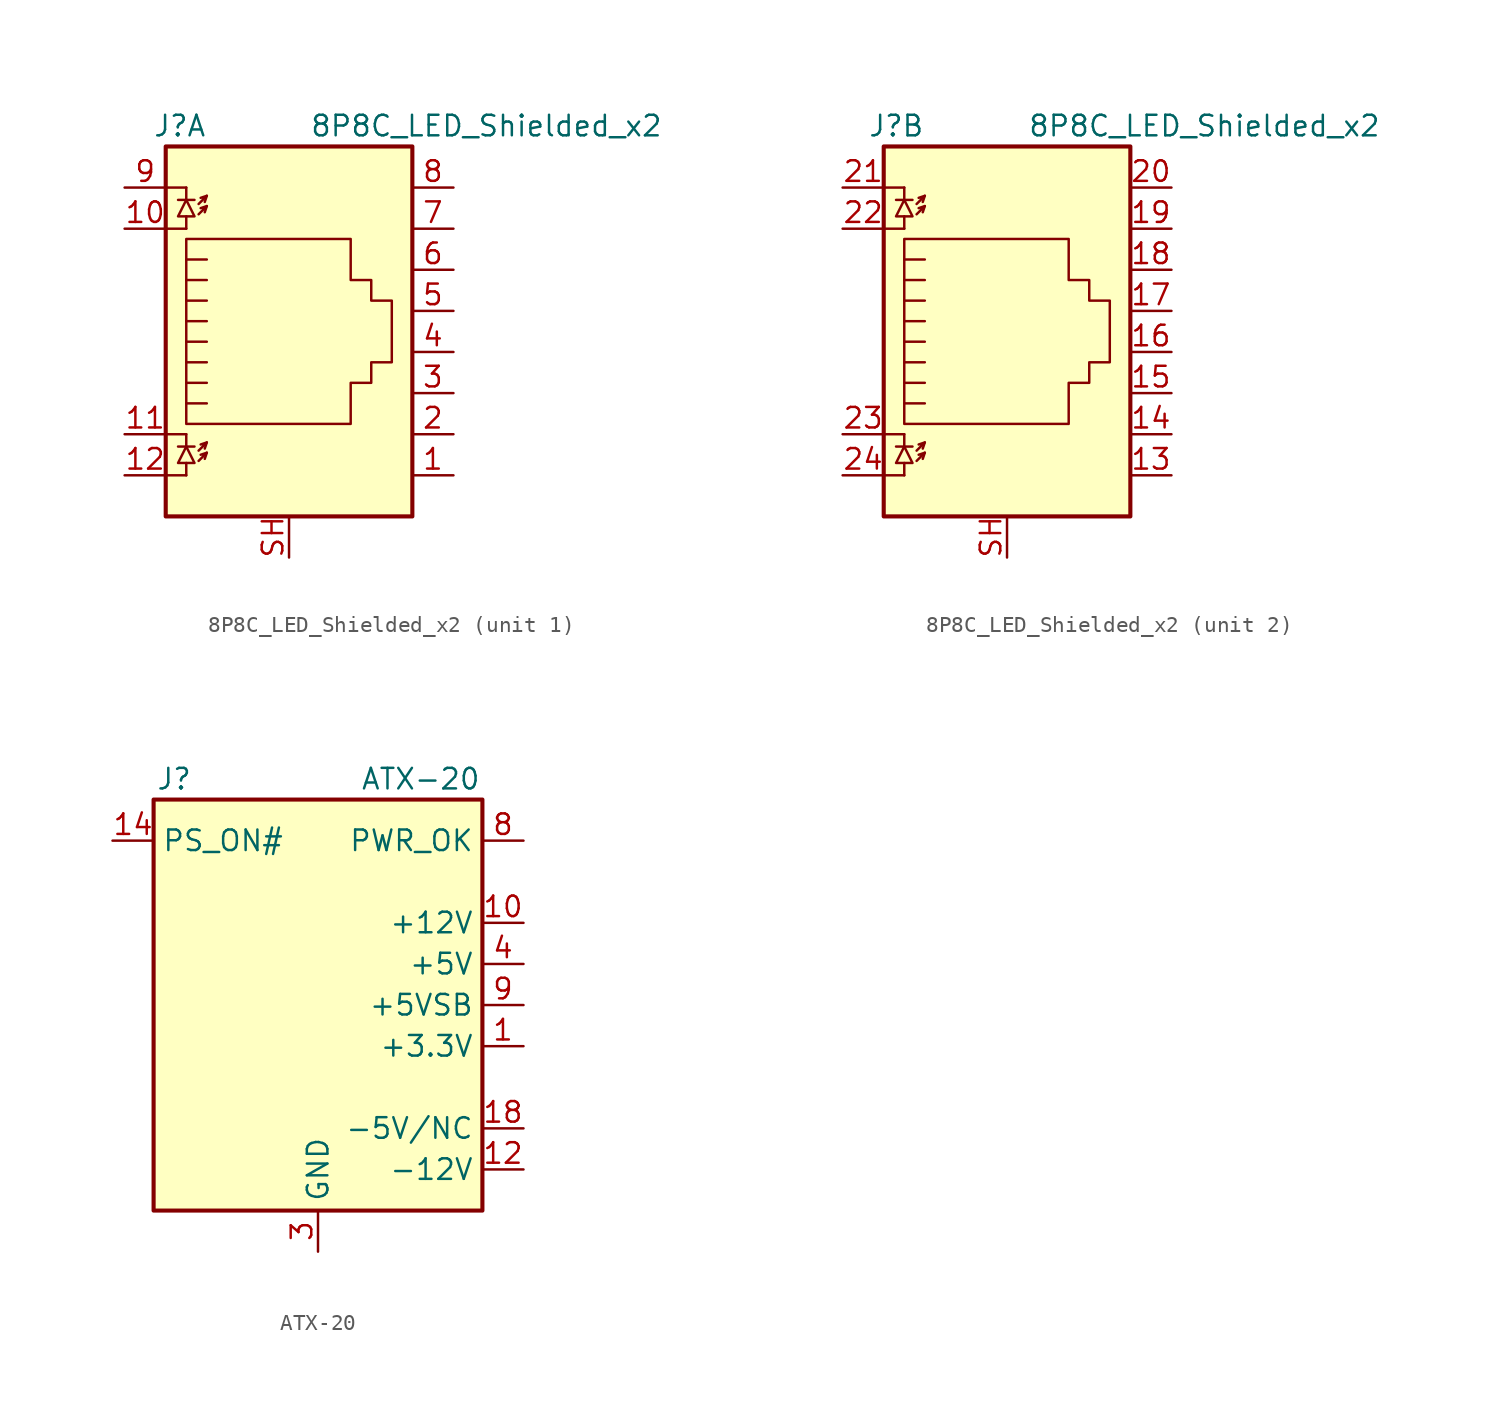
<source format=kicad_sym>
(kicad_symbol_lib
  (version 20200908)
  (generator kicad_symbol_editor)
  (symbol "Connector:8P8C_LED_Shielded_x2"
    (property "Reference" "J"
      (at -5.08 13.97 0)
      (effects (font (size 1.27 1.27)) (justify right)))
    (property "Value" "8P8C_LED_Shielded_x2"
      (at 1.27 13.97 0)
      (effects (font (size 1.27 1.27)) (justify left)))
    (symbol "8P8C_LED_Shielded_x2_0_1"
      (rectangle (start 7.62 12.7) (end -7.62 -10.16) (stroke (width 0.254)) (fill (type background)))
      (polyline (pts (xy -7.62 -7.62) (xy -6.35 -7.62)) (stroke (width 0)) (fill (type none)))
      (polyline (pts (xy -7.62 -5.08) (xy -6.35 -5.08)) (stroke (width 0)) (fill (type none)))
      (polyline (pts (xy -7.62 7.62) (xy -6.35 7.62)) (stroke (width 0)) (fill (type none)))
      (polyline (pts (xy -7.62 10.16) (xy -6.35 10.16)) (stroke (width 0)) (fill (type none)))
      (polyline (pts (xy -6.858 -5.842) (xy -5.842 -5.842)) (stroke (width 0)) (fill (type none)))
      (polyline (pts (xy -6.858 9.398) (xy -5.842 9.398)) (stroke (width 0)) (fill (type none)))
      (polyline (pts (xy -6.35 -7.62) (xy -6.35 -6.858)) (stroke (width 0)) (fill (type none)))
      (polyline (pts (xy -6.35 -5.08) (xy -6.35 -5.842)) (stroke (width 0)) (fill (type none)))
      (polyline (pts (xy -6.35 7.62) (xy -6.35 8.382)) (stroke (width 0)) (fill (type none)))
      (polyline (pts (xy -6.35 10.16) (xy -6.35 9.398)) (stroke (width 0)) (fill (type none)))
      (polyline (pts (xy -5.08 -6.223) (xy -5.207 -6.604)) (stroke (width 0)) (fill (type none)))
      (polyline (pts (xy -5.08 -5.588) (xy -5.207 -5.969)) (stroke (width 0)) (fill (type none)))
      (polyline (pts (xy -5.08 4.445) (xy -6.35 4.445)) (stroke (width 0)) (fill (type none)))
      (polyline (pts (xy -5.08 5.715) (xy -6.35 5.715)) (stroke (width 0)) (fill (type none)))
      (polyline (pts (xy -5.08 9.017) (xy -5.207 8.636)) (stroke (width 0)) (fill (type none)))
      (polyline (pts (xy -5.08 9.652) (xy -5.207 9.271)) (stroke (width 0)) (fill (type none)))
      (polyline (pts (xy -6.35 -3.175) (xy -5.08 -3.175) (xy -5.08 -3.175)) (stroke (width 0)) (fill (type none)))
      (polyline (pts (xy -6.35 -1.905) (xy -5.08 -1.905) (xy -5.08 -1.905)) (stroke (width 0)) (fill (type none)))
      (polyline (pts (xy -6.35 -0.635) (xy -5.08 -0.635) (xy -5.08 -0.635)) (stroke (width 0)) (fill (type none)))
      (polyline (pts (xy -6.35 0.635) (xy -5.08 0.635) (xy -5.08 0.635)) (stroke (width 0)) (fill (type none)))
      (polyline (pts (xy -6.35 1.905) (xy -5.08 1.905) (xy -5.08 1.905)) (stroke (width 0)) (fill (type none)))
      (polyline (pts (xy -5.588 -6.731) (xy -5.08 -6.223) (xy -5.461 -6.35)) (stroke (width 0)) (fill (type none)))
      (polyline (pts (xy -5.588 -6.096) (xy -5.08 -5.588) (xy -5.461 -5.715)) (stroke (width 0)) (fill (type none)))
      (polyline (pts (xy -5.588 8.509) (xy -5.08 9.017) (xy -5.461 8.89)) (stroke (width 0)) (fill (type none)))
      (polyline (pts (xy -5.588 9.144) (xy -5.08 9.652) (xy -5.461 9.525)) (stroke (width 0)) (fill (type none)))
      (polyline (pts (xy -5.08 3.175) (xy -6.35 3.175) (xy -6.35 3.175)) (stroke (width 0)) (fill (type none)))
      (polyline (pts (xy -6.35 -5.842) (xy -6.858 -6.858) (xy -5.842 -6.858) (xy -6.35 -5.842)) (stroke (width 0)) (fill (type none)))
      (polyline (pts (xy -6.35 9.398) (xy -6.858 8.382) (xy -5.842 8.382) (xy -6.35 9.398)) (stroke (width 0)) (fill (type none)))
      (polyline (pts (xy -6.35 -4.445) (xy -6.35 6.985) (xy 3.81 6.985) (xy 3.81 4.445) (xy 5.08 4.445) (xy 5.08 3.175) (xy 6.35 3.175) (xy 6.35 -0.635) (xy 5.08 -0.635) (xy 5.08 -1.905) (xy 3.81 -1.905) (xy 3.81 -4.445) (xy -6.35 -4.445) (xy -6.35 -4.445)) (stroke (width 0)) (fill (type none))))
    (symbol "8P8C_LED_Shielded_x2_1_1"
      (pin passive line (at 10.16 -7.62 180) (length 2.54) (name "~" (effects (font (size 1.27 1.27)))) (number "1" (effects (font (size 1.27 1.27)))))
      (pin passive line (at -10.16 7.62 0) (length 2.54) (name "~" (effects (font (size 1.27 1.27)))) (number "10" (effects (font (size 1.27 1.27)))))
      (pin passive line (at -10.16 -5.08 0) (length 2.54) (name "~" (effects (font (size 1.27 1.27)))) (number "11" (effects (font (size 1.27 1.27)))))
      (pin passive line (at -10.16 -7.62 0) (length 2.54) (name "~" (effects (font (size 1.27 1.27)))) (number "12" (effects (font (size 1.27 1.27)))))
      (pin passive line (at 10.16 -5.08 180) (length 2.54) (name "~" (effects (font (size 1.27 1.27)))) (number "2" (effects (font (size 1.27 1.27)))))
      (pin passive line (at 10.16 -2.54 180) (length 2.54) (name "~" (effects (font (size 1.27 1.27)))) (number "3" (effects (font (size 1.27 1.27)))))
      (pin passive line (at 10.16 0 180) (length 2.54) (name "~" (effects (font (size 1.27 1.27)))) (number "4" (effects (font (size 1.27 1.27)))))
      (pin passive line (at 10.16 2.54 180) (length 2.54) (name "~" (effects (font (size 1.27 1.27)))) (number "5" (effects (font (size 1.27 1.27)))))
      (pin passive line (at 10.16 5.08 180) (length 2.54) (name "~" (effects (font (size 1.27 1.27)))) (number "6" (effects (font (size 1.27 1.27)))))
      (pin passive line (at 10.16 7.62 180) (length 2.54) (name "~" (effects (font (size 1.27 1.27)))) (number "7" (effects (font (size 1.27 1.27)))))
      (pin passive line (at 10.16 10.16 180) (length 2.54) (name "~" (effects (font (size 1.27 1.27)))) (number "8" (effects (font (size 1.27 1.27)))))
      (pin passive line (at -10.16 10.16 0) (length 2.54) (name "~" (effects (font (size 1.27 1.27)))) (number "9" (effects (font (size 1.27 1.27)))))
      (pin passive line (at 0 -12.7 90) (length 2.54) (name "~" (effects (font (size 1.27 1.27)))) (number "SH" (effects (font (size 1.27 1.27))))))
    (symbol "8P8C_LED_Shielded_x2_2_1"
      (pin passive line (at 10.16 -7.62 180) (length 2.54) (name "~" (effects (font (size 1.27 1.27)))) (number "13" (effects (font (size 1.27 1.27)))))
      (pin passive line (at 10.16 -5.08 180) (length 2.54) (name "~" (effects (font (size 1.27 1.27)))) (number "14" (effects (font (size 1.27 1.27)))))
      (pin passive line (at 10.16 -2.54 180) (length 2.54) (name "~" (effects (font (size 1.27 1.27)))) (number "15" (effects (font (size 1.27 1.27)))))
      (pin passive line (at 10.16 0 180) (length 2.54) (name "~" (effects (font (size 1.27 1.27)))) (number "16" (effects (font (size 1.27 1.27)))))
      (pin passive line (at 10.16 2.54 180) (length 2.54) (name "~" (effects (font (size 1.27 1.27)))) (number "17" (effects (font (size 1.27 1.27)))))
      (pin passive line (at 10.16 5.08 180) (length 2.54) (name "~" (effects (font (size 1.27 1.27)))) (number "18" (effects (font (size 1.27 1.27)))))
      (pin passive line (at 10.16 7.62 180) (length 2.54) (name "~" (effects (font (size 1.27 1.27)))) (number "19" (effects (font (size 1.27 1.27)))))
      (pin passive line (at 10.16 10.16 180) (length 2.54) (name "~" (effects (font (size 1.27 1.27)))) (number "20" (effects (font (size 1.27 1.27)))))
      (pin passive line (at -10.16 10.16 0) (length 2.54) (name "~" (effects (font (size 1.27 1.27)))) (number "21" (effects (font (size 1.27 1.27)))))
      (pin passive line (at -10.16 7.62 0) (length 2.54) (name "~" (effects (font (size 1.27 1.27)))) (number "22" (effects (font (size 1.27 1.27)))))
      (pin passive line (at -10.16 -5.08 0) (length 2.54) (name "~" (effects (font (size 1.27 1.27)))) (number "23" (effects (font (size 1.27 1.27)))))
      (pin passive line (at -10.16 -7.62 0) (length 2.54) (name "~" (effects (font (size 1.27 1.27)))) (number "24" (effects (font (size 1.27 1.27)))))
      (pin passive line (at 0 -12.7 90) (length 2.54) (name "~" (effects (font (size 1.27 1.27)))) (number "SH" (effects (font (size 1.27 1.27)))))))
  (symbol "Connector:ATX-20"
    (property "Reference" "J"
      (at -8.89 13.97 0)
      (effects (font (size 1.27 1.27))))
    (property "Value" "ATX-20"
      (at 6.35 13.97 0)
      (effects (font (size 1.27 1.27))))
    (symbol "ATX-20_0_1"
      (rectangle (start -10.16 12.7) (end 10.16 -12.7) (stroke (width 0.254)) (fill (type background))))
    (symbol "ATX-20_1_1"
      (pin power_out line (at 12.7 -2.54 180) (length 2.54) (name "+3.3V" (effects (font (size 1.27 1.27)))) (number "1" (effects (font (size 1.27 1.27)))))
      (pin power_out line (at 12.7 5.08 180) (length 2.54) (name "+12V" (effects (font (size 1.27 1.27)))) (number "10" (effects (font (size 1.27 1.27)))))
      (pin passive line (at 12.7 -2.54 180) (length 2.54) hide (name "+3.3V" (effects (font (size 1.27 1.27)))) (number "11" (effects (font (size 1.27 1.27)))))
      (pin power_out line (at 12.7 -10.16 180) (length 2.54) (name "-12V" (effects (font (size 1.27 1.27)))) (number "12" (effects (font (size 1.27 1.27)))))
      (pin passive line (at 0 -15.24 90) (length 2.54) hide (name "GND" (effects (font (size 1.27 1.27)))) (number "13" (effects (font (size 1.27 1.27)))))
      (pin open_collector line (at -12.7 10.16 0) (length 2.54) (name "PS_ON#" (effects (font (size 1.27 1.27)))) (number "14" (effects (font (size 1.27 1.27)))))
      (pin passive line (at 0 -15.24 90) (length 2.54) hide (name "GND" (effects (font (size 1.27 1.27)))) (number "15" (effects (font (size 1.27 1.27)))))
      (pin passive line (at 0 -15.24 90) (length 2.54) hide (name "GND" (effects (font (size 1.27 1.27)))) (number "16" (effects (font (size 1.27 1.27)))))
      (pin passive line (at 0 -15.24 90) (length 2.54) hide (name "GND" (effects (font (size 1.27 1.27)))) (number "17" (effects (font (size 1.27 1.27)))))
      (pin power_out line (at 12.7 -7.62 180) (length 2.54) (name "-5V/NC" (effects (font (size 1.27 1.27)))) (number "18" (effects (font (size 1.27 1.27)))))
      (pin passive line (at 12.7 2.54 180) (length 2.54) hide (name "+5V" (effects (font (size 1.27 1.27)))) (number "19" (effects (font (size 1.27 1.27)))))
      (pin passive line (at 12.7 -2.54 180) (length 2.54) hide (name "+3.3V" (effects (font (size 1.27 1.27)))) (number "2" (effects (font (size 1.27 1.27)))))
      (pin passive line (at 12.7 2.54 180) (length 2.54) hide (name "+5V" (effects (font (size 1.27 1.27)))) (number "20" (effects (font (size 1.27 1.27)))))
      (pin power_out line (at 0 -15.24 90) (length 2.54) (name "GND" (effects (font (size 1.27 1.27)))) (number "3" (effects (font (size 1.27 1.27)))))
      (pin power_out line (at 12.7 2.54 180) (length 2.54) (name "+5V" (effects (font (size 1.27 1.27)))) (number "4" (effects (font (size 1.27 1.27)))))
      (pin passive line (at 0 -15.24 90) (length 2.54) hide (name "GND" (effects (font (size 1.27 1.27)))) (number "5" (effects (font (size 1.27 1.27)))))
      (pin passive line (at 12.7 2.54 180) (length 2.54) hide (name "+5V" (effects (font (size 1.27 1.27)))) (number "6" (effects (font (size 1.27 1.27)))))
      (pin passive line (at 0 -15.24 90) (length 2.54) hide (name "GND" (effects (font (size 1.27 1.27)))) (number "7" (effects (font (size 1.27 1.27)))))
      (pin output line (at 12.7 10.16 180) (length 2.54) (name "PWR_OK" (effects (font (size 1.27 1.27)))) (number "8" (effects (font (size 1.27 1.27)))))
      (pin power_out line (at 12.7 0 180) (length 2.54) (name "+5VSB" (effects (font (size 1.27 1.27)))) (number "9" (effects (font (size 1.27 1.27))))))))
</source>
